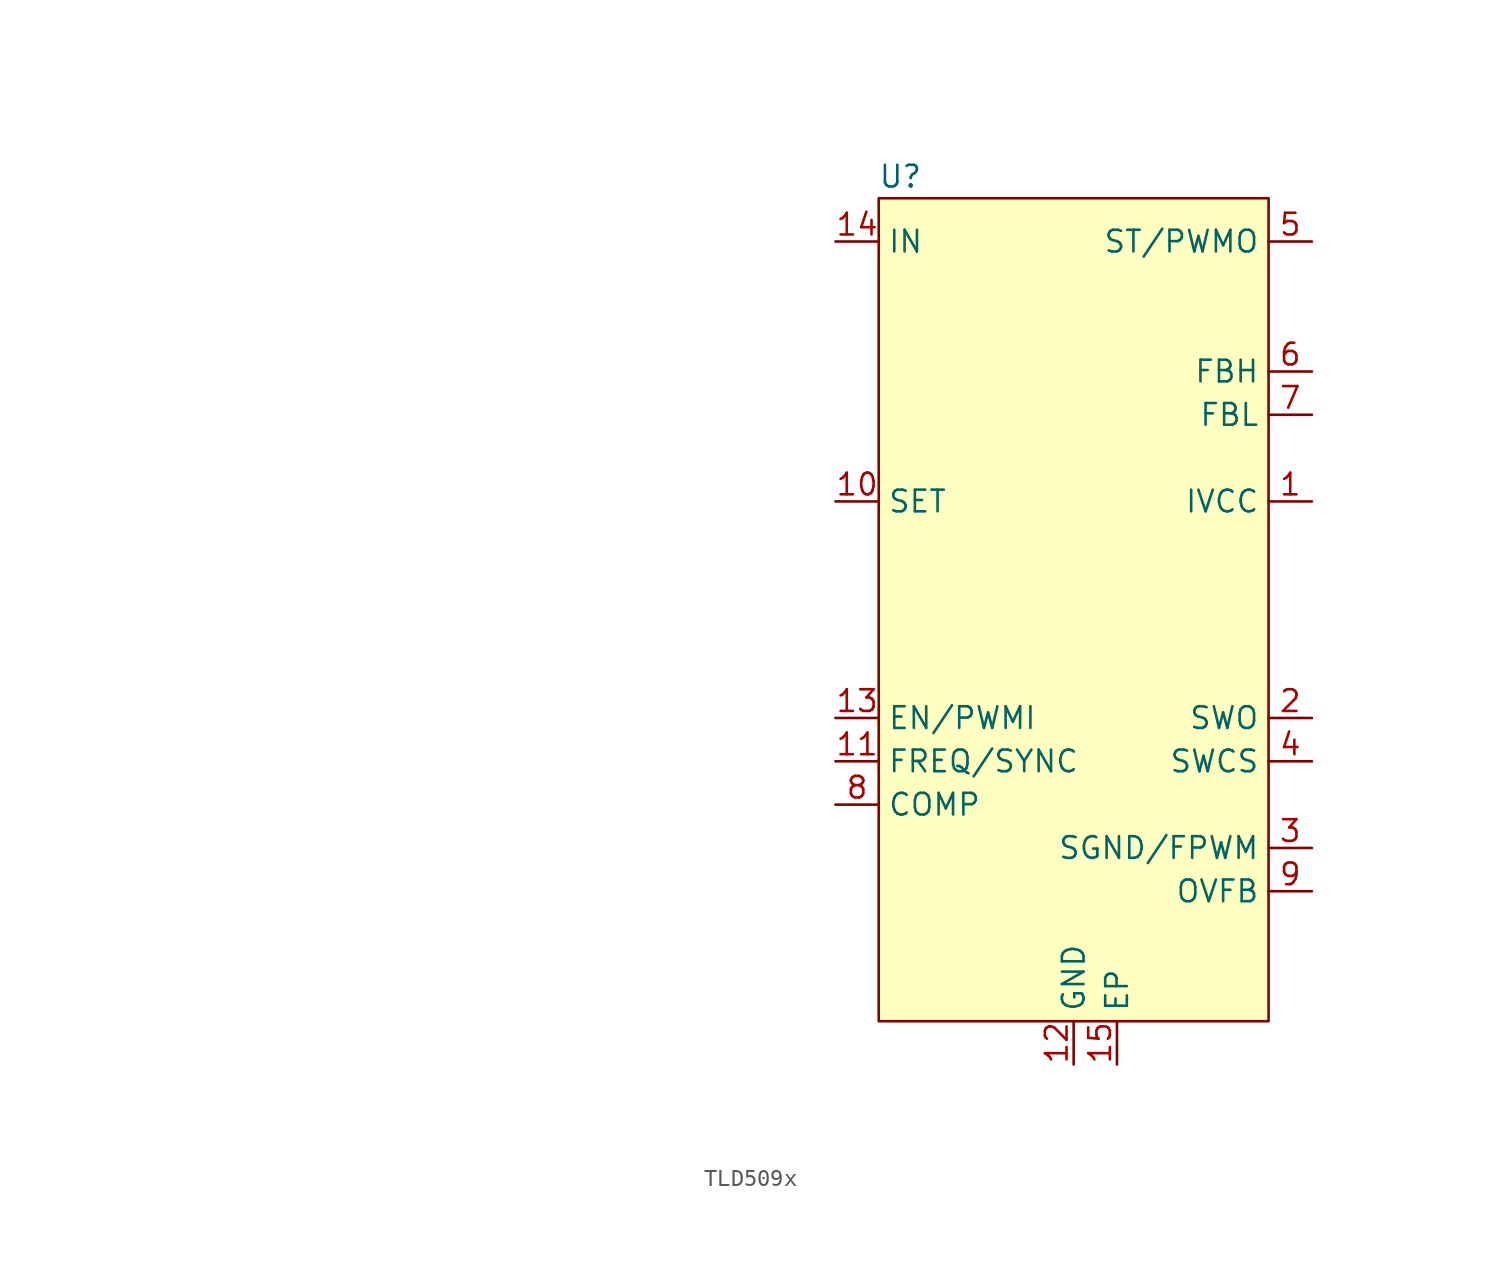
<source format=kicad_sym>
(kicad_symbol_lib
  (version 20220914)
  (generator kicad_symbol_editor)
  (symbol "TLD509x"
    (property "Reference" "U"
      (at -10.16 29.21 0)
      (effects (font (size 1.27 1.27))))
    (property "Value" ""
      (at -52.07 25.4 0)
      (effects (font (size 1.27 1.27))))
    (symbol "TLD509x_1_1"
      (rectangle (start -11.43 27.94) (end 11.43 -20.32) (stroke (width 0) (type default)) (fill (type background)))
      (pin power_out line (at 13.97 10.16 180) (length 2.54) (name "IVCC" (effects (font (size 1.27 1.27)))) (number "1" (effects (font (size 1.27 1.27)))))
      (pin input line (at -13.97 10.16 0) (length 2.54) (name "SET" (effects (font (size 1.27 1.27)))) (number "10" (effects (font (size 1.27 1.27)))))
      (pin input line (at -13.97 -5.08 0) (length 2.54) (name "FREQ/SYNC" (effects (font (size 1.27 1.27)))) (number "11" (effects (font (size 1.27 1.27)))))
      (pin power_in line (at 0 -22.86 90) (length 2.54) (name "GND" (effects (font (size 1.27 1.27)))) (number "12" (effects (font (size 1.27 1.27)))))
      (pin input line (at -13.97 -2.54 0) (length 2.54) (name "EN/PWMI" (effects (font (size 1.27 1.27)))) (number "13" (effects (font (size 1.27 1.27)))))
      (pin power_in line (at -13.97 25.4 0) (length 2.54) (name "IN" (effects (font (size 1.27 1.27)))) (number "14" (effects (font (size 1.27 1.27)))))
      (pin power_in line (at 2.54 -22.86 90) (length 2.54) (name "EP" (effects (font (size 1.27 1.27)))) (number "15" (effects (font (size 1.27 1.27)))))
      (pin input line (at 13.97 -2.54 180) (length 2.54) (name "SWO" (effects (font (size 1.27 1.27)))) (number "2" (effects (font (size 1.27 1.27)))))
      (pin input line (at 13.97 -10.16 180) (length 2.54) (name "SGND/FPWM" (effects (font (size 1.27 1.27)))) (number "3" (effects (font (size 1.27 1.27)))))
      (pin input line (at 13.97 -5.08 180) (length 2.54) (name "SWCS" (effects (font (size 1.27 1.27)))) (number "4" (effects (font (size 1.27 1.27)))))
      (pin output line (at 13.97 25.4 180) (length 2.54) (name "ST/PWMO" (effects (font (size 1.27 1.27)))) (number "5" (effects (font (size 1.27 1.27)))))
      (pin input line (at 13.97 17.78 180) (length 2.54) (name "FBH" (effects (font (size 1.27 1.27)))) (number "6" (effects (font (size 1.27 1.27)))))
      (pin input line (at 13.97 15.24 180) (length 2.54) (name "FBL" (effects (font (size 1.27 1.27)))) (number "7" (effects (font (size 1.27 1.27)))))
      (pin input line (at -13.97 -7.62 0) (length 2.54) (name "COMP" (effects (font (size 1.27 1.27)))) (number "8" (effects (font (size 1.27 1.27)))))
      (pin input line (at 13.97 -12.7 180) (length 2.54) (name "OVFB" (effects (font (size 1.27 1.27)))) (number "9" (effects (font (size 1.27 1.27))))))))
</source>
